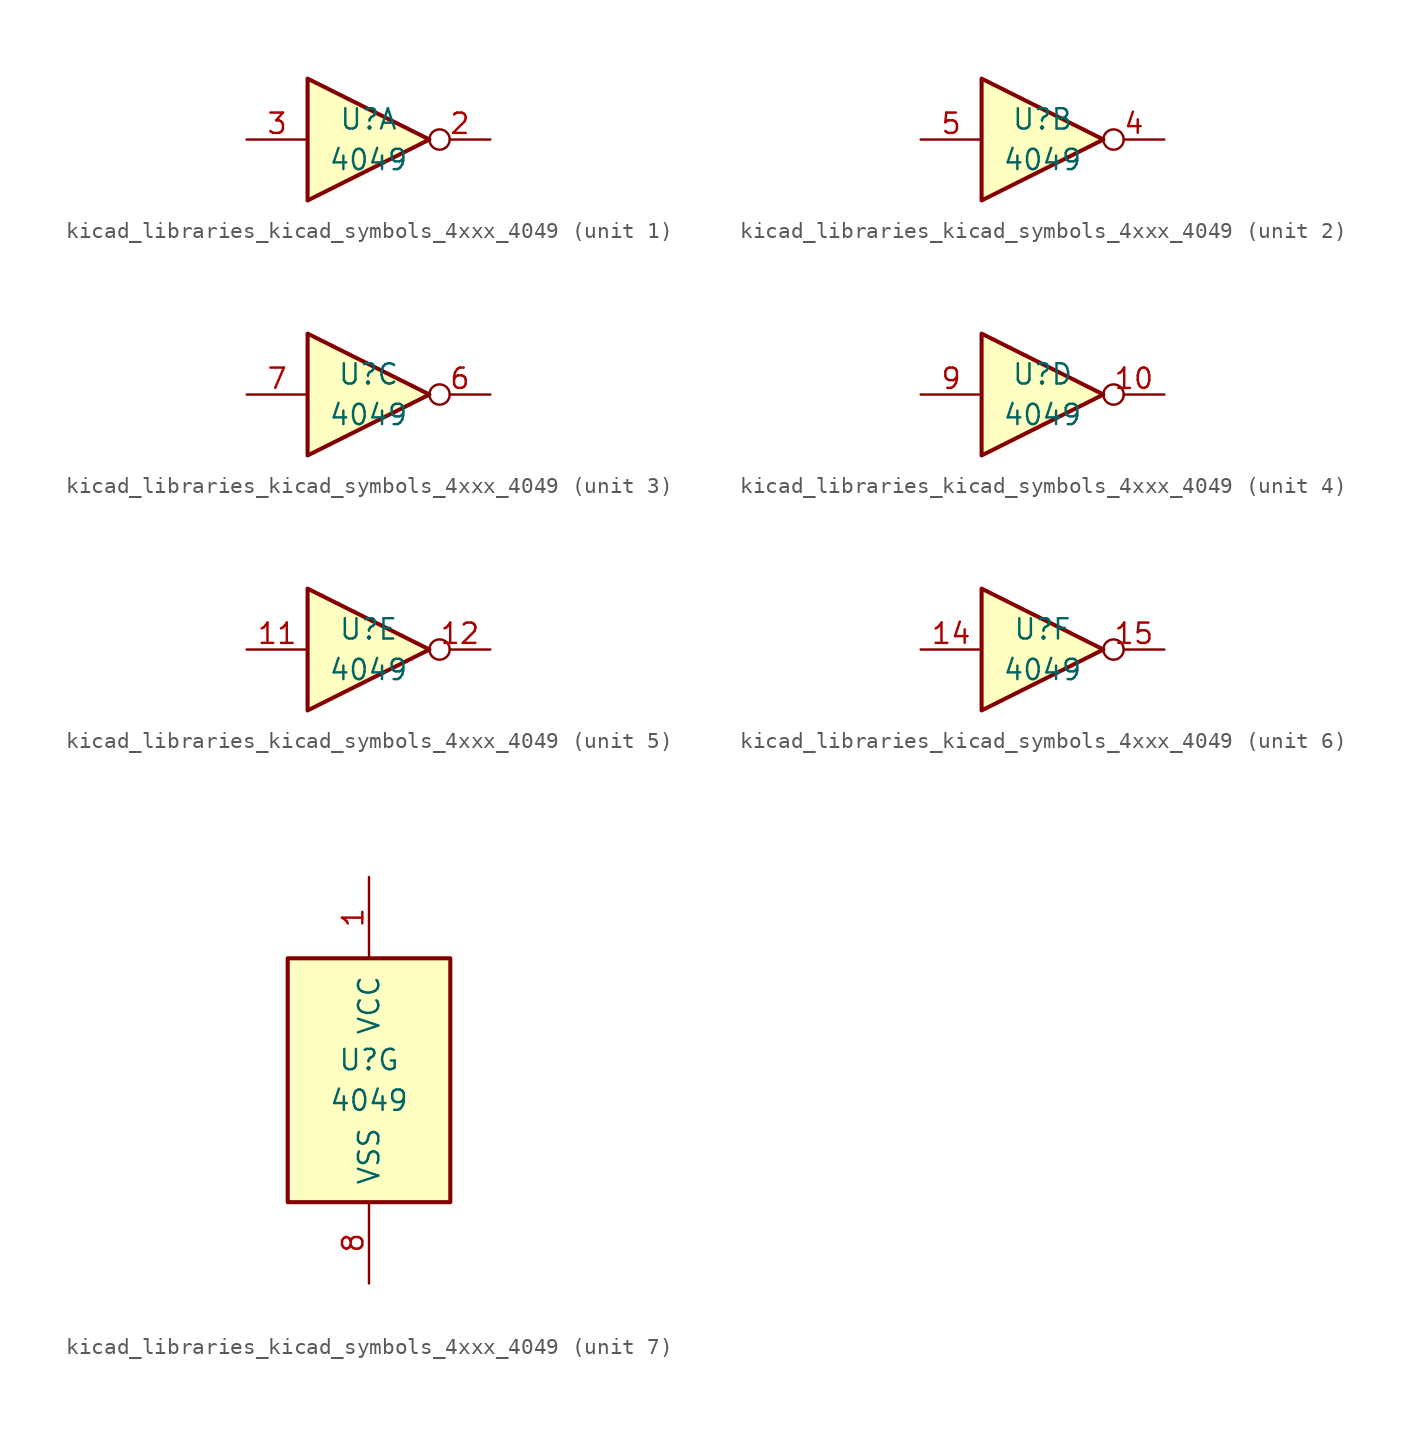
<source format=kicad_sym>
(kicad_symbol_lib
  (version 20220914)
  (generator kicad_symbol_editor)
  (symbol "kicad_libraries_kicad_symbols_4xxx_4049"
    (pin_names
      (offset 1.016))
    (property "Reference" "U"
      (at 0 1.27 0)
      (effects (font (size 1.27 1.27))))
    (property "Value" "4049"
      (at 0 -1.27 0)
      (effects (font (size 1.27 1.27))))
    (property "ki_locked" ""
      (at 0 0 0)
      (effects (font (size 1.27 1.27))))
    (symbol "kicad_libraries_kicad_symbols_4xxx_4049_1_0"
      (polyline (pts (xy -3.81 3.81) (xy -3.81 -3.81) (xy 3.81 0) (xy -3.81 3.81)) (stroke (width 0.254) (type default)) (fill (type background)))
      (pin output inverted (at 7.62 0 180) (length 3.81) (name "~" (effects (font (size 1.27 1.27)))) (number "2" (effects (font (size 1.27 1.27)))))
      (pin input line (at -7.62 0 0) (length 3.81) (name "~" (effects (font (size 1.27 1.27)))) (number "3" (effects (font (size 1.27 1.27))))))
    (symbol "kicad_libraries_kicad_symbols_4xxx_4049_2_0"
      (polyline (pts (xy -3.81 3.81) (xy -3.81 -3.81) (xy 3.81 0) (xy -3.81 3.81)) (stroke (width 0.254) (type default)) (fill (type background)))
      (pin output inverted (at 7.62 0 180) (length 3.81) (name "~" (effects (font (size 1.27 1.27)))) (number "4" (effects (font (size 1.27 1.27)))))
      (pin input line (at -7.62 0 0) (length 3.81) (name "~" (effects (font (size 1.27 1.27)))) (number "5" (effects (font (size 1.27 1.27))))))
    (symbol "kicad_libraries_kicad_symbols_4xxx_4049_3_0"
      (polyline (pts (xy -3.81 3.81) (xy -3.81 -3.81) (xy 3.81 0) (xy -3.81 3.81)) (stroke (width 0.254) (type default)) (fill (type background)))
      (pin output inverted (at 7.62 0 180) (length 3.81) (name "~" (effects (font (size 1.27 1.27)))) (number "6" (effects (font (size 1.27 1.27)))))
      (pin input line (at -7.62 0 0) (length 3.81) (name "~" (effects (font (size 1.27 1.27)))) (number "7" (effects (font (size 1.27 1.27))))))
    (symbol "kicad_libraries_kicad_symbols_4xxx_4049_4_0"
      (polyline (pts (xy -3.81 3.81) (xy -3.81 -3.81) (xy 3.81 0) (xy -3.81 3.81)) (stroke (width 0.254) (type default)) (fill (type background)))
      (pin output inverted (at 7.62 0 180) (length 3.81) (name "~" (effects (font (size 1.27 1.27)))) (number "10" (effects (font (size 1.27 1.27)))))
      (pin input line (at -7.62 0 0) (length 3.81) (name "~" (effects (font (size 1.27 1.27)))) (number "9" (effects (font (size 1.27 1.27))))))
    (symbol "kicad_libraries_kicad_symbols_4xxx_4049_5_0"
      (polyline (pts (xy -3.81 3.81) (xy -3.81 -3.81) (xy 3.81 0) (xy -3.81 3.81)) (stroke (width 0.254) (type default)) (fill (type background)))
      (pin input line (at -7.62 0 0) (length 3.81) (name "~" (effects (font (size 1.27 1.27)))) (number "11" (effects (font (size 1.27 1.27)))))
      (pin output inverted (at 7.62 0 180) (length 3.81) (name "~" (effects (font (size 1.27 1.27)))) (number "12" (effects (font (size 1.27 1.27))))))
    (symbol "kicad_libraries_kicad_symbols_4xxx_4049_6_0"
      (polyline (pts (xy -3.81 3.81) (xy -3.81 -3.81) (xy 3.81 0) (xy -3.81 3.81)) (stroke (width 0.254) (type default)) (fill (type background)))
      (pin input line (at -7.62 0 0) (length 3.81) (name "~" (effects (font (size 1.27 1.27)))) (number "14" (effects (font (size 1.27 1.27)))))
      (pin output inverted (at 7.62 0 180) (length 3.81) (name "~" (effects (font (size 1.27 1.27)))) (number "15" (effects (font (size 1.27 1.27))))))
    (symbol "kicad_libraries_kicad_symbols_4xxx_4049_7_0"
      (pin power_in line (at 0 12.7 270) (length 5.08) (name "VCC" (effects (font (size 1.27 1.27)))) (number "1" (effects (font (size 1.27 1.27)))))
      (pin power_in line (at 0 -12.7 90) (length 5.08) (name "VSS" (effects (font (size 1.27 1.27)))) (number "8" (effects (font (size 1.27 1.27))))))
    (symbol "kicad_libraries_kicad_symbols_4xxx_4049_7_1"
      (rectangle (start -5.08 7.62) (end 5.08 -7.62) (stroke (width 0.254) (type default)) (fill (type background))))))
</source>
